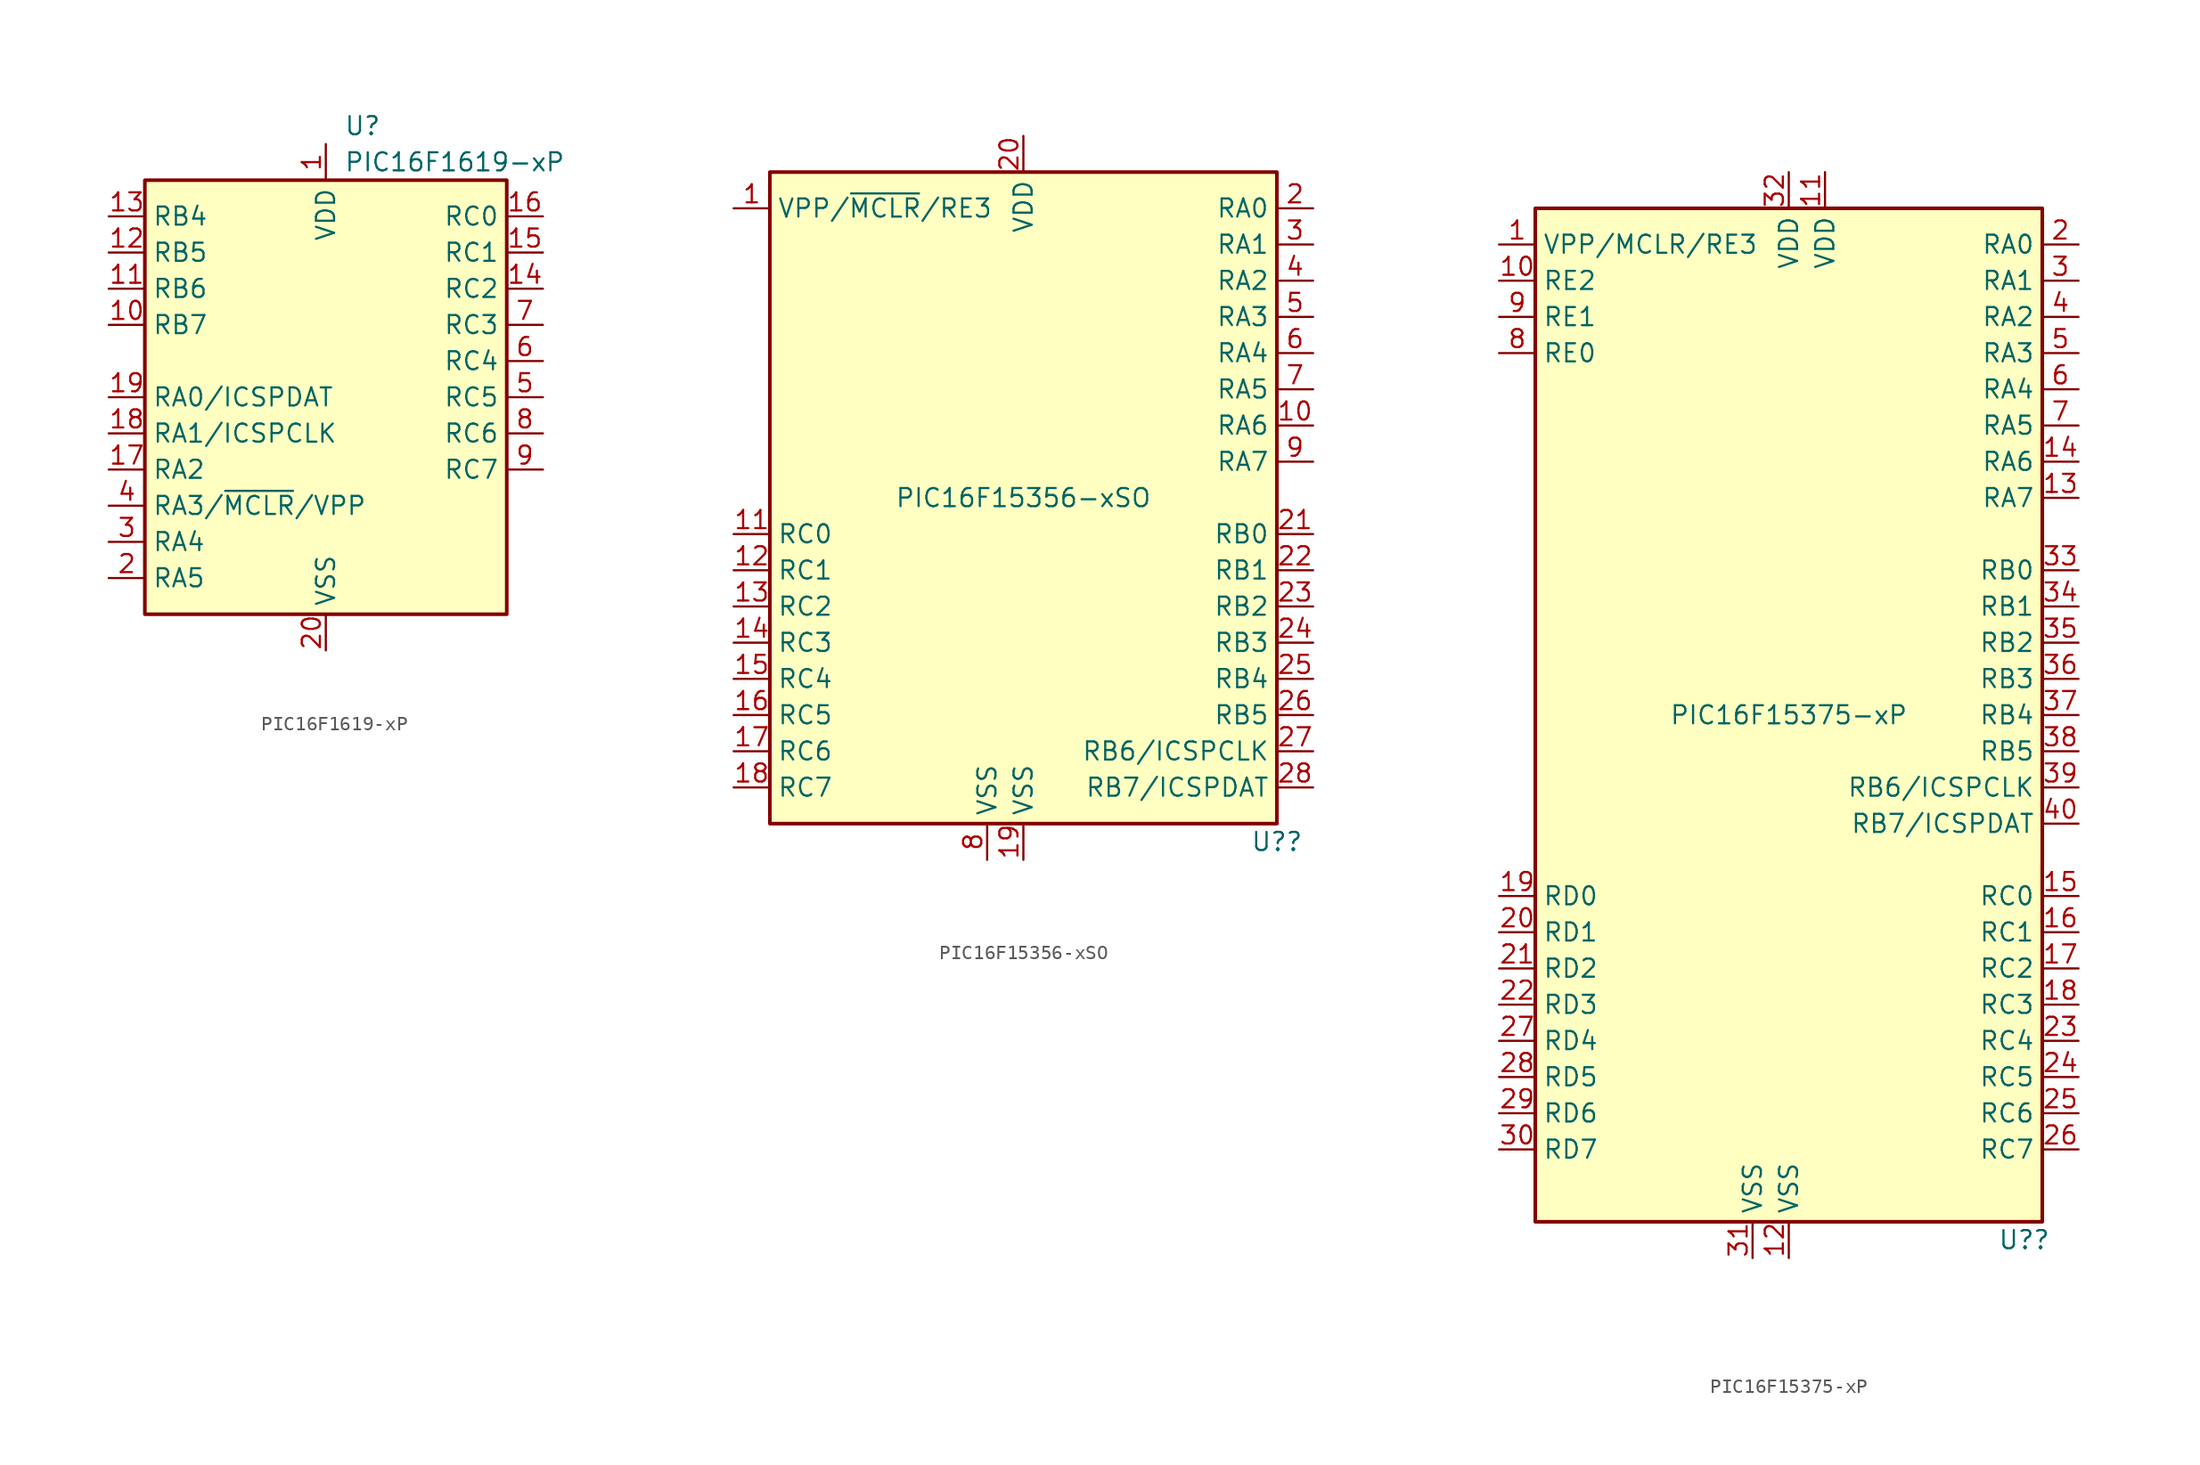
<source format=kicad_sym>
(kicad_symbol_lib
  (version 20201005)
  (generator kicad_symbol_editor)
  (symbol "MCU_Microchip_PIC16:PIC16F1619-xP"
    (property "Reference" "U"
      (at 1.27 19.05 0)
      (effects (font (size 1.27 1.27)) (justify left)))
    (property "Value" "PIC16F1619-xP"
      (at 1.27 16.51 0)
      (effects (font (size 1.27 1.27)) (justify left)))
    (symbol "PIC16F1619-xP_0_1"
      (rectangle (start -12.7 15.24) (end 12.7 -15.24) (stroke (width 0.254)) (fill (type background))))
    (symbol "PIC16F1619-xP_1_1"
      (pin power_in line (at 0 17.78 270) (length 2.54) (name "VDD" (effects (font (size 1.27 1.27)))) (number "1" (effects (font (size 1.27 1.27)))))
      (pin bidirectional line (at -15.24 5.08 0) (length 2.54) (name "RB7" (effects (font (size 1.27 1.27)))) (number "10" (effects (font (size 1.27 1.27)))))
      (pin bidirectional line (at -15.24 7.62 0) (length 2.54) (name "RB6" (effects (font (size 1.27 1.27)))) (number "11" (effects (font (size 1.27 1.27)))))
      (pin bidirectional line (at -15.24 10.16 0) (length 2.54) (name "RB5" (effects (font (size 1.27 1.27)))) (number "12" (effects (font (size 1.27 1.27)))))
      (pin bidirectional line (at -15.24 12.7 0) (length 2.54) (name "RB4" (effects (font (size 1.27 1.27)))) (number "13" (effects (font (size 1.27 1.27)))))
      (pin bidirectional line (at 15.24 7.62 180) (length 2.54) (name "RC2" (effects (font (size 1.27 1.27)))) (number "14" (effects (font (size 1.27 1.27)))))
      (pin bidirectional line (at 15.24 10.16 180) (length 2.54) (name "RC1" (effects (font (size 1.27 1.27)))) (number "15" (effects (font (size 1.27 1.27)))))
      (pin bidirectional line (at 15.24 12.7 180) (length 2.54) (name "RC0" (effects (font (size 1.27 1.27)))) (number "16" (effects (font (size 1.27 1.27)))))
      (pin bidirectional line (at -15.24 -5.08 0) (length 2.54) (name "RA2" (effects (font (size 1.27 1.27)))) (number "17" (effects (font (size 1.27 1.27)))))
      (pin bidirectional line (at -15.24 -2.54 0) (length 2.54) (name "RA1/ICSPCLK" (effects (font (size 1.27 1.27)))) (number "18" (effects (font (size 1.27 1.27)))))
      (pin bidirectional line (at -15.24 0 0) (length 2.54) (name "RA0/ICSPDAT" (effects (font (size 1.27 1.27)))) (number "19" (effects (font (size 1.27 1.27)))))
      (pin bidirectional line (at -15.24 -12.7 0) (length 2.54) (name "RA5" (effects (font (size 1.27 1.27)))) (number "2" (effects (font (size 1.27 1.27)))))
      (pin power_in line (at 0 -17.78 90) (length 2.54) (name "VSS" (effects (font (size 1.27 1.27)))) (number "20" (effects (font (size 1.27 1.27)))))
      (pin bidirectional line (at -15.24 -10.16 0) (length 2.54) (name "RA4" (effects (font (size 1.27 1.27)))) (number "3" (effects (font (size 1.27 1.27)))))
      (pin bidirectional line (at -15.24 -7.62 0) (length 2.54) (name "RA3/~MCLR~/VPP" (effects (font (size 1.27 1.27)))) (number "4" (effects (font (size 1.27 1.27)))))
      (pin bidirectional line (at 15.24 0 180) (length 2.54) (name "RC5" (effects (font (size 1.27 1.27)))) (number "5" (effects (font (size 1.27 1.27)))))
      (pin bidirectional line (at 15.24 2.54 180) (length 2.54) (name "RC4" (effects (font (size 1.27 1.27)))) (number "6" (effects (font (size 1.27 1.27)))))
      (pin bidirectional line (at 15.24 5.08 180) (length 2.54) (name "RC3" (effects (font (size 1.27 1.27)))) (number "7" (effects (font (size 1.27 1.27)))))
      (pin bidirectional line (at 15.24 -2.54 180) (length 2.54) (name "RC6" (effects (font (size 1.27 1.27)))) (number "8" (effects (font (size 1.27 1.27)))))
      (pin bidirectional line (at 15.24 -5.08 180) (length 2.54) (name "RC7" (effects (font (size 1.27 1.27)))) (number "9" (effects (font (size 1.27 1.27)))))))
  (symbol "MCU_Microchip_PIC16:PIC16F15356-xSO"
    (property "Reference" "U?"
      (at 17.78 -24.13 0)
      (effects (font (size 1.27 1.27))))
    (property "Value" "PIC16F15356-xSO"
      (at 0 0 0)
      (effects (font (size 1.27 1.27))))
    (symbol "PIC16F15356-xSO_0_1"
      (rectangle (start 17.78 22.86) (end -17.78 -22.86) (stroke (width 0.254)) (fill (type background))))
    (symbol "PIC16F15356-xSO_1_1"
      (pin bidirectional line (at -20.32 20.32 0) (length 2.54) (name "VPP/~MCLR~/RE3" (effects (font (size 1.27 1.27)))) (number "1" (effects (font (size 1.27 1.27)))))
      (pin bidirectional line (at 20.32 5.08 180) (length 2.54) (name "RA6" (effects (font (size 1.27 1.27)))) (number "10" (effects (font (size 1.27 1.27)))))
      (pin bidirectional line (at -20.32 -2.54 0) (length 2.54) (name "RC0" (effects (font (size 1.27 1.27)))) (number "11" (effects (font (size 1.27 1.27)))))
      (pin bidirectional line (at -20.32 -5.08 0) (length 2.54) (name "RC1" (effects (font (size 1.27 1.27)))) (number "12" (effects (font (size 1.27 1.27)))))
      (pin bidirectional line (at -20.32 -7.62 0) (length 2.54) (name "RC2" (effects (font (size 1.27 1.27)))) (number "13" (effects (font (size 1.27 1.27)))))
      (pin bidirectional line (at -20.32 -10.16 0) (length 2.54) (name "RC3" (effects (font (size 1.27 1.27)))) (number "14" (effects (font (size 1.27 1.27)))))
      (pin bidirectional line (at -20.32 -12.7 0) (length 2.54) (name "RC4" (effects (font (size 1.27 1.27)))) (number "15" (effects (font (size 1.27 1.27)))))
      (pin bidirectional line (at -20.32 -15.24 0) (length 2.54) (name "RC5" (effects (font (size 1.27 1.27)))) (number "16" (effects (font (size 1.27 1.27)))))
      (pin bidirectional line (at -20.32 -17.78 0) (length 2.54) (name "RC6" (effects (font (size 1.27 1.27)))) (number "17" (effects (font (size 1.27 1.27)))))
      (pin bidirectional line (at -20.32 -20.32 0) (length 2.54) (name "RC7" (effects (font (size 1.27 1.27)))) (number "18" (effects (font (size 1.27 1.27)))))
      (pin power_in line (at 0 -25.4 90) (length 2.54) (name "VSS" (effects (font (size 1.27 1.27)))) (number "19" (effects (font (size 1.27 1.27)))))
      (pin bidirectional line (at 20.32 20.32 180) (length 2.54) (name "RA0" (effects (font (size 1.27 1.27)))) (number "2" (effects (font (size 1.27 1.27)))))
      (pin power_in line (at 0 25.4 270) (length 2.54) (name "VDD" (effects (font (size 1.27 1.27)))) (number "20" (effects (font (size 1.27 1.27)))))
      (pin bidirectional line (at 20.32 -2.54 180) (length 2.54) (name "RB0" (effects (font (size 1.27 1.27)))) (number "21" (effects (font (size 1.27 1.27)))))
      (pin bidirectional line (at 20.32 -5.08 180) (length 2.54) (name "RB1" (effects (font (size 1.27 1.27)))) (number "22" (effects (font (size 1.27 1.27)))))
      (pin bidirectional line (at 20.32 -7.62 180) (length 2.54) (name "RB2" (effects (font (size 1.27 1.27)))) (number "23" (effects (font (size 1.27 1.27)))))
      (pin bidirectional line (at 20.32 -10.16 180) (length 2.54) (name "RB3" (effects (font (size 1.27 1.27)))) (number "24" (effects (font (size 1.27 1.27)))))
      (pin bidirectional line (at 20.32 -12.7 180) (length 2.54) (name "RB4" (effects (font (size 1.27 1.27)))) (number "25" (effects (font (size 1.27 1.27)))))
      (pin bidirectional line (at 20.32 -15.24 180) (length 2.54) (name "RB5" (effects (font (size 1.27 1.27)))) (number "26" (effects (font (size 1.27 1.27)))))
      (pin bidirectional line (at 20.32 -17.78 180) (length 2.54) (name "RB6/ICSPCLK" (effects (font (size 1.27 1.27)))) (number "27" (effects (font (size 1.27 1.27)))))
      (pin bidirectional line (at 20.32 -20.32 180) (length 2.54) (name "RB7/ICSPDAT" (effects (font (size 1.27 1.27)))) (number "28" (effects (font (size 1.27 1.27)))))
      (pin bidirectional line (at 20.32 17.78 180) (length 2.54) (name "RA1" (effects (font (size 1.27 1.27)))) (number "3" (effects (font (size 1.27 1.27)))))
      (pin bidirectional line (at 20.32 15.24 180) (length 2.54) (name "RA2" (effects (font (size 1.27 1.27)))) (number "4" (effects (font (size 1.27 1.27)))))
      (pin bidirectional line (at 20.32 12.7 180) (length 2.54) (name "RA3" (effects (font (size 1.27 1.27)))) (number "5" (effects (font (size 1.27 1.27)))))
      (pin bidirectional line (at 20.32 10.16 180) (length 2.54) (name "RA4" (effects (font (size 1.27 1.27)))) (number "6" (effects (font (size 1.27 1.27)))))
      (pin bidirectional line (at 20.32 7.62 180) (length 2.54) (name "RA5" (effects (font (size 1.27 1.27)))) (number "7" (effects (font (size 1.27 1.27)))))
      (pin power_in line (at -2.54 -25.4 90) (length 2.54) (name "VSS" (effects (font (size 1.27 1.27)))) (number "8" (effects (font (size 1.27 1.27)))))
      (pin bidirectional line (at 20.32 2.54 180) (length 2.54) (name "RA7" (effects (font (size 1.27 1.27)))) (number "9" (effects (font (size 1.27 1.27)))))))
  (symbol "MCU_Microchip_PIC16:PIC16F15375-xP"
    (property "Reference" "U?"
      (at 16.51 -36.83 0)
      (effects (font (size 1.27 1.27))))
    (property "Value" "PIC16F15375-xP"
      (at 0 0 0)
      (effects (font (size 1.27 1.27))))
    (symbol "PIC16F15375-xP_0_1"
      (rectangle (start -17.78 35.56) (end 17.78 -35.56) (stroke (width 0.254)) (fill (type background))))
    (symbol "PIC16F15375-xP_1_1"
      (pin bidirectional line (at -20.32 33.02 0) (length 2.54) (name "VPP/MCLR/RE3" (effects (font (size 1.27 1.27)))) (number "1" (effects (font (size 1.27 1.27)))))
      (pin bidirectional line (at -20.32 30.48 0) (length 2.54) (name "RE2" (effects (font (size 1.27 1.27)))) (number "10" (effects (font (size 1.27 1.27)))))
      (pin power_in line (at 2.54 38.1 270) (length 2.54) (name "VDD" (effects (font (size 1.27 1.27)))) (number "11" (effects (font (size 1.27 1.27)))))
      (pin power_in line (at 0 -38.1 90) (length 2.54) (name "VSS" (effects (font (size 1.27 1.27)))) (number "12" (effects (font (size 1.27 1.27)))))
      (pin bidirectional line (at 20.32 15.24 180) (length 2.54) (name "RA7" (effects (font (size 1.27 1.27)))) (number "13" (effects (font (size 1.27 1.27)))))
      (pin bidirectional line (at 20.32 17.78 180) (length 2.54) (name "RA6" (effects (font (size 1.27 1.27)))) (number "14" (effects (font (size 1.27 1.27)))))
      (pin bidirectional line (at 20.32 -12.7 180) (length 2.54) (name "RC0" (effects (font (size 1.27 1.27)))) (number "15" (effects (font (size 1.27 1.27)))))
      (pin bidirectional line (at 20.32 -15.24 180) (length 2.54) (name "RC1" (effects (font (size 1.27 1.27)))) (number "16" (effects (font (size 1.27 1.27)))))
      (pin bidirectional line (at 20.32 -17.78 180) (length 2.54) (name "RC2" (effects (font (size 1.27 1.27)))) (number "17" (effects (font (size 1.27 1.27)))))
      (pin bidirectional line (at 20.32 -20.32 180) (length 2.54) (name "RC3" (effects (font (size 1.27 1.27)))) (number "18" (effects (font (size 1.27 1.27)))))
      (pin bidirectional line (at -20.32 -12.7 0) (length 2.54) (name "RD0" (effects (font (size 1.27 1.27)))) (number "19" (effects (font (size 1.27 1.27)))))
      (pin bidirectional line (at 20.32 33.02 180) (length 2.54) (name "RA0" (effects (font (size 1.27 1.27)))) (number "2" (effects (font (size 1.27 1.27)))))
      (pin bidirectional line (at -20.32 -15.24 0) (length 2.54) (name "RD1" (effects (font (size 1.27 1.27)))) (number "20" (effects (font (size 1.27 1.27)))))
      (pin bidirectional line (at -20.32 -17.78 0) (length 2.54) (name "RD2" (effects (font (size 1.27 1.27)))) (number "21" (effects (font (size 1.27 1.27)))))
      (pin bidirectional line (at -20.32 -20.32 0) (length 2.54) (name "RD3" (effects (font (size 1.27 1.27)))) (number "22" (effects (font (size 1.27 1.27)))))
      (pin bidirectional line (at 20.32 -22.86 180) (length 2.54) (name "RC4" (effects (font (size 1.27 1.27)))) (number "23" (effects (font (size 1.27 1.27)))))
      (pin bidirectional line (at 20.32 -25.4 180) (length 2.54) (name "RC5" (effects (font (size 1.27 1.27)))) (number "24" (effects (font (size 1.27 1.27)))))
      (pin bidirectional line (at 20.32 -27.94 180) (length 2.54) (name "RC6" (effects (font (size 1.27 1.27)))) (number "25" (effects (font (size 1.27 1.27)))))
      (pin bidirectional line (at 20.32 -30.48 180) (length 2.54) (name "RC7" (effects (font (size 1.27 1.27)))) (number "26" (effects (font (size 1.27 1.27)))))
      (pin bidirectional line (at -20.32 -22.86 0) (length 2.54) (name "RD4" (effects (font (size 1.27 1.27)))) (number "27" (effects (font (size 1.27 1.27)))))
      (pin bidirectional line (at -20.32 -25.4 0) (length 2.54) (name "RD5" (effects (font (size 1.27 1.27)))) (number "28" (effects (font (size 1.27 1.27)))))
      (pin bidirectional line (at -20.32 -27.94 0) (length 2.54) (name "RD6" (effects (font (size 1.27 1.27)))) (number "29" (effects (font (size 1.27 1.27)))))
      (pin bidirectional line (at 20.32 30.48 180) (length 2.54) (name "RA1" (effects (font (size 1.27 1.27)))) (number "3" (effects (font (size 1.27 1.27)))))
      (pin bidirectional line (at -20.32 -30.48 0) (length 2.54) (name "RD7" (effects (font (size 1.27 1.27)))) (number "30" (effects (font (size 1.27 1.27)))))
      (pin power_in line (at -2.54 -38.1 90) (length 2.54) (name "VSS" (effects (font (size 1.27 1.27)))) (number "31" (effects (font (size 1.27 1.27)))))
      (pin power_in line (at 0 38.1 270) (length 2.54) (name "VDD" (effects (font (size 1.27 1.27)))) (number "32" (effects (font (size 1.27 1.27)))))
      (pin bidirectional line (at 20.32 10.16 180) (length 2.54) (name "RB0" (effects (font (size 1.27 1.27)))) (number "33" (effects (font (size 1.27 1.27)))))
      (pin bidirectional line (at 20.32 7.62 180) (length 2.54) (name "RB1" (effects (font (size 1.27 1.27)))) (number "34" (effects (font (size 1.27 1.27)))))
      (pin bidirectional line (at 20.32 5.08 180) (length 2.54) (name "RB2" (effects (font (size 1.27 1.27)))) (number "35" (effects (font (size 1.27 1.27)))))
      (pin bidirectional line (at 20.32 2.54 180) (length 2.54) (name "RB3" (effects (font (size 1.27 1.27)))) (number "36" (effects (font (size 1.27 1.27)))))
      (pin bidirectional line (at 20.32 0 180) (length 2.54) (name "RB4" (effects (font (size 1.27 1.27)))) (number "37" (effects (font (size 1.27 1.27)))))
      (pin bidirectional line (at 20.32 -2.54 180) (length 2.54) (name "RB5" (effects (font (size 1.27 1.27)))) (number "38" (effects (font (size 1.27 1.27)))))
      (pin bidirectional line (at 20.32 -5.08 180) (length 2.54) (name "RB6/ICSPCLK" (effects (font (size 1.27 1.27)))) (number "39" (effects (font (size 1.27 1.27)))))
      (pin bidirectional line (at 20.32 27.94 180) (length 2.54) (name "RA2" (effects (font (size 1.27 1.27)))) (number "4" (effects (font (size 1.27 1.27)))))
      (pin bidirectional line (at 20.32 -7.62 180) (length 2.54) (name "RB7/ICSPDAT" (effects (font (size 1.27 1.27)))) (number "40" (effects (font (size 1.27 1.27)))))
      (pin bidirectional line (at 20.32 25.4 180) (length 2.54) (name "RA3" (effects (font (size 1.27 1.27)))) (number "5" (effects (font (size 1.27 1.27)))))
      (pin bidirectional line (at 20.32 22.86 180) (length 2.54) (name "RA4" (effects (font (size 1.27 1.27)))) (number "6" (effects (font (size 1.27 1.27)))))
      (pin bidirectional line (at 20.32 20.32 180) (length 2.54) (name "RA5" (effects (font (size 1.27 1.27)))) (number "7" (effects (font (size 1.27 1.27)))))
      (pin bidirectional line (at -20.32 25.4 0) (length 2.54) (name "RE0" (effects (font (size 1.27 1.27)))) (number "8" (effects (font (size 1.27 1.27)))))
      (pin bidirectional line (at -20.32 27.94 0) (length 2.54) (name "RE1" (effects (font (size 1.27 1.27)))) (number "9" (effects (font (size 1.27 1.27))))))))
</source>
